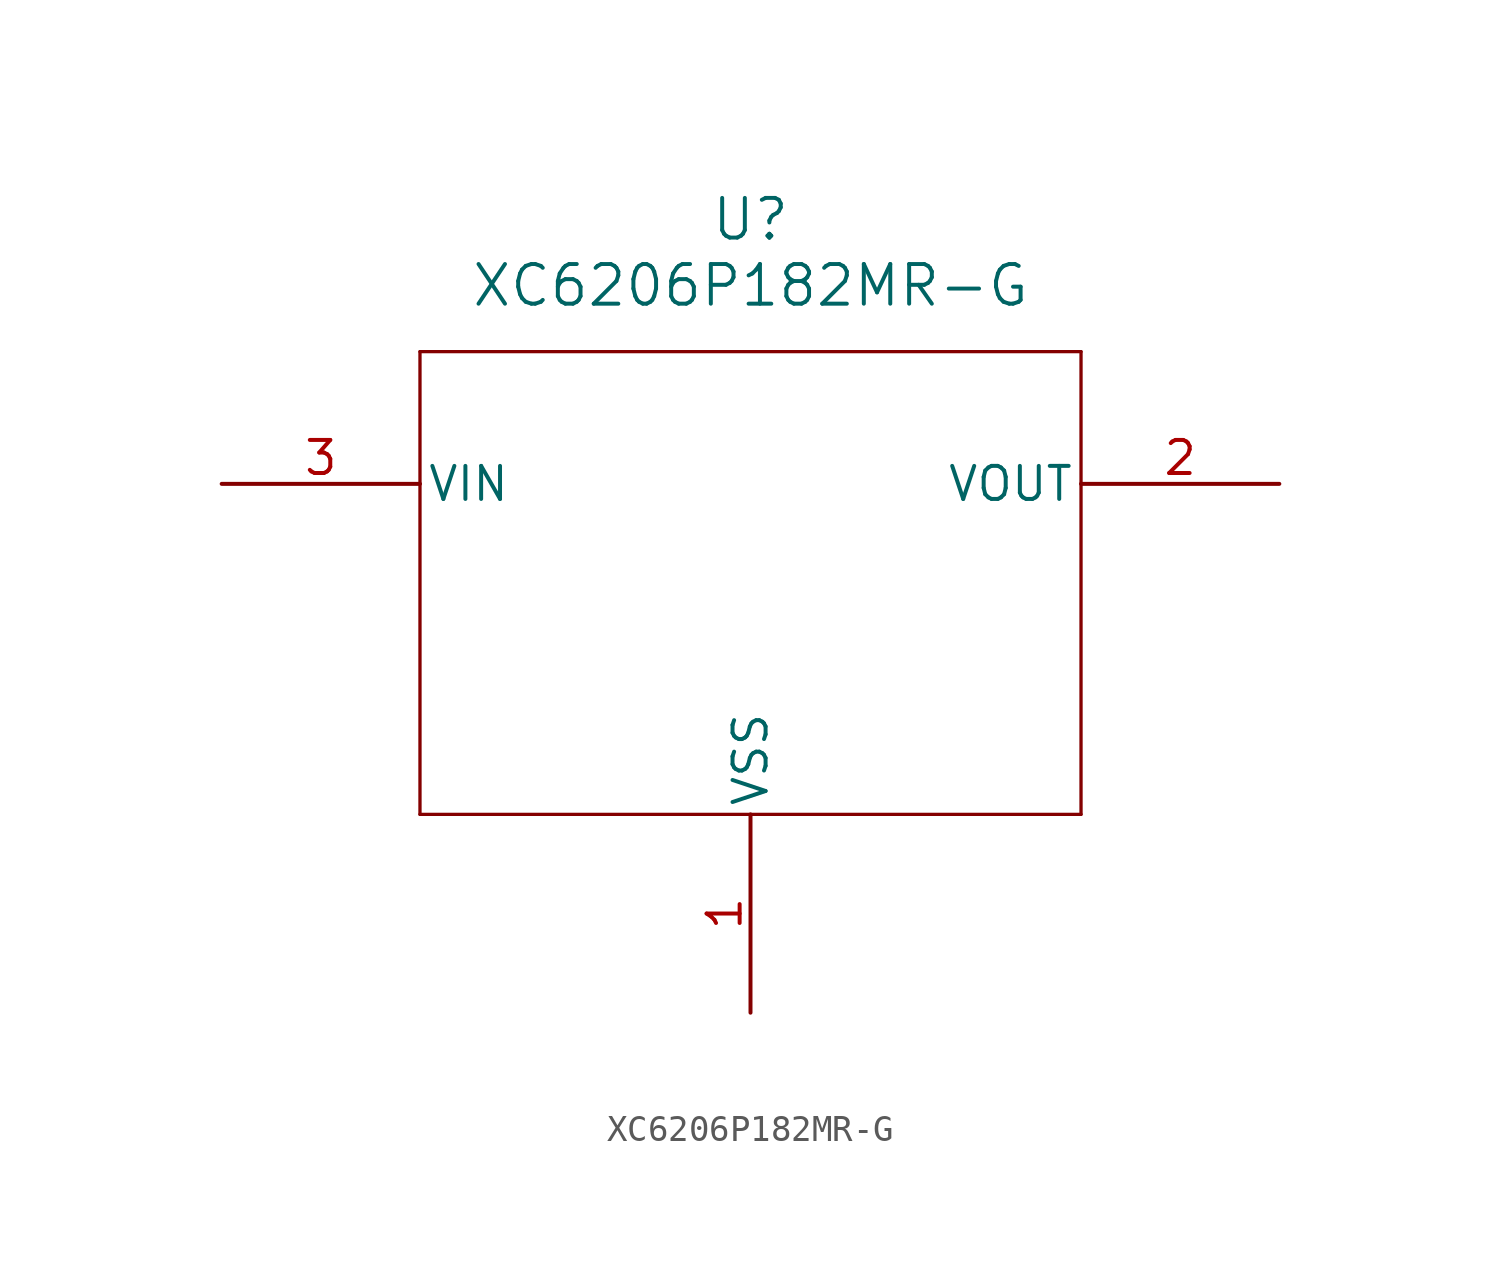
<source format=kicad_sym>
(kicad_symbol_lib
  (version 20211014)
  (generator kicad_symbol_editor)
  (symbol "XC6206P182MR-G"
    (pin_names
      (offset 0.254))
    (property "Reference" "U"
      (at 20.32 10.16 0)
      (effects (font (size 1.524 1.524))))
    (property "Value" "XC6206P182MR-G"
      (at 20.32 7.62 0)
      (effects (font (size 1.524 1.524))))
    (symbol "XC6206P182MR-G_0_1"
      (polyline (pts (xy 7.62 5.08) (xy 7.62 -12.7)) (stroke (width 0.127) (type default) (color 0 0 0 0)) (fill (type none)))
      (polyline (pts (xy 7.62 -12.7) (xy 33.02 -12.7)) (stroke (width 0.127) (type default) (color 0 0 0 0)) (fill (type none)))
      (polyline (pts (xy 33.02 -12.7) (xy 33.02 5.08)) (stroke (width 0.127) (type default) (color 0 0 0 0)) (fill (type none)))
      (polyline (pts (xy 33.02 5.08) (xy 7.62 5.08)) (stroke (width 0.127) (type default) (color 0 0 0 0)) (fill (type none)))
      (pin power_out line (at 20.32 -20.32 90) (length 7.62) (name "VSS" (effects (font (size 1.27 1.27)))) (number "1" (effects (font (size 1.27 1.27)))))
      (pin output line (at 40.64 0 180) (length 7.62) (name "VOUT" (effects (font (size 1.27 1.27)))) (number "2" (effects (font (size 1.27 1.27)))))
      (pin power_in line (at 0 0 0) (length 7.62) (name "VIN" (effects (font (size 1.27 1.27)))) (number "3" (effects (font (size 1.27 1.27))))))))
</source>
